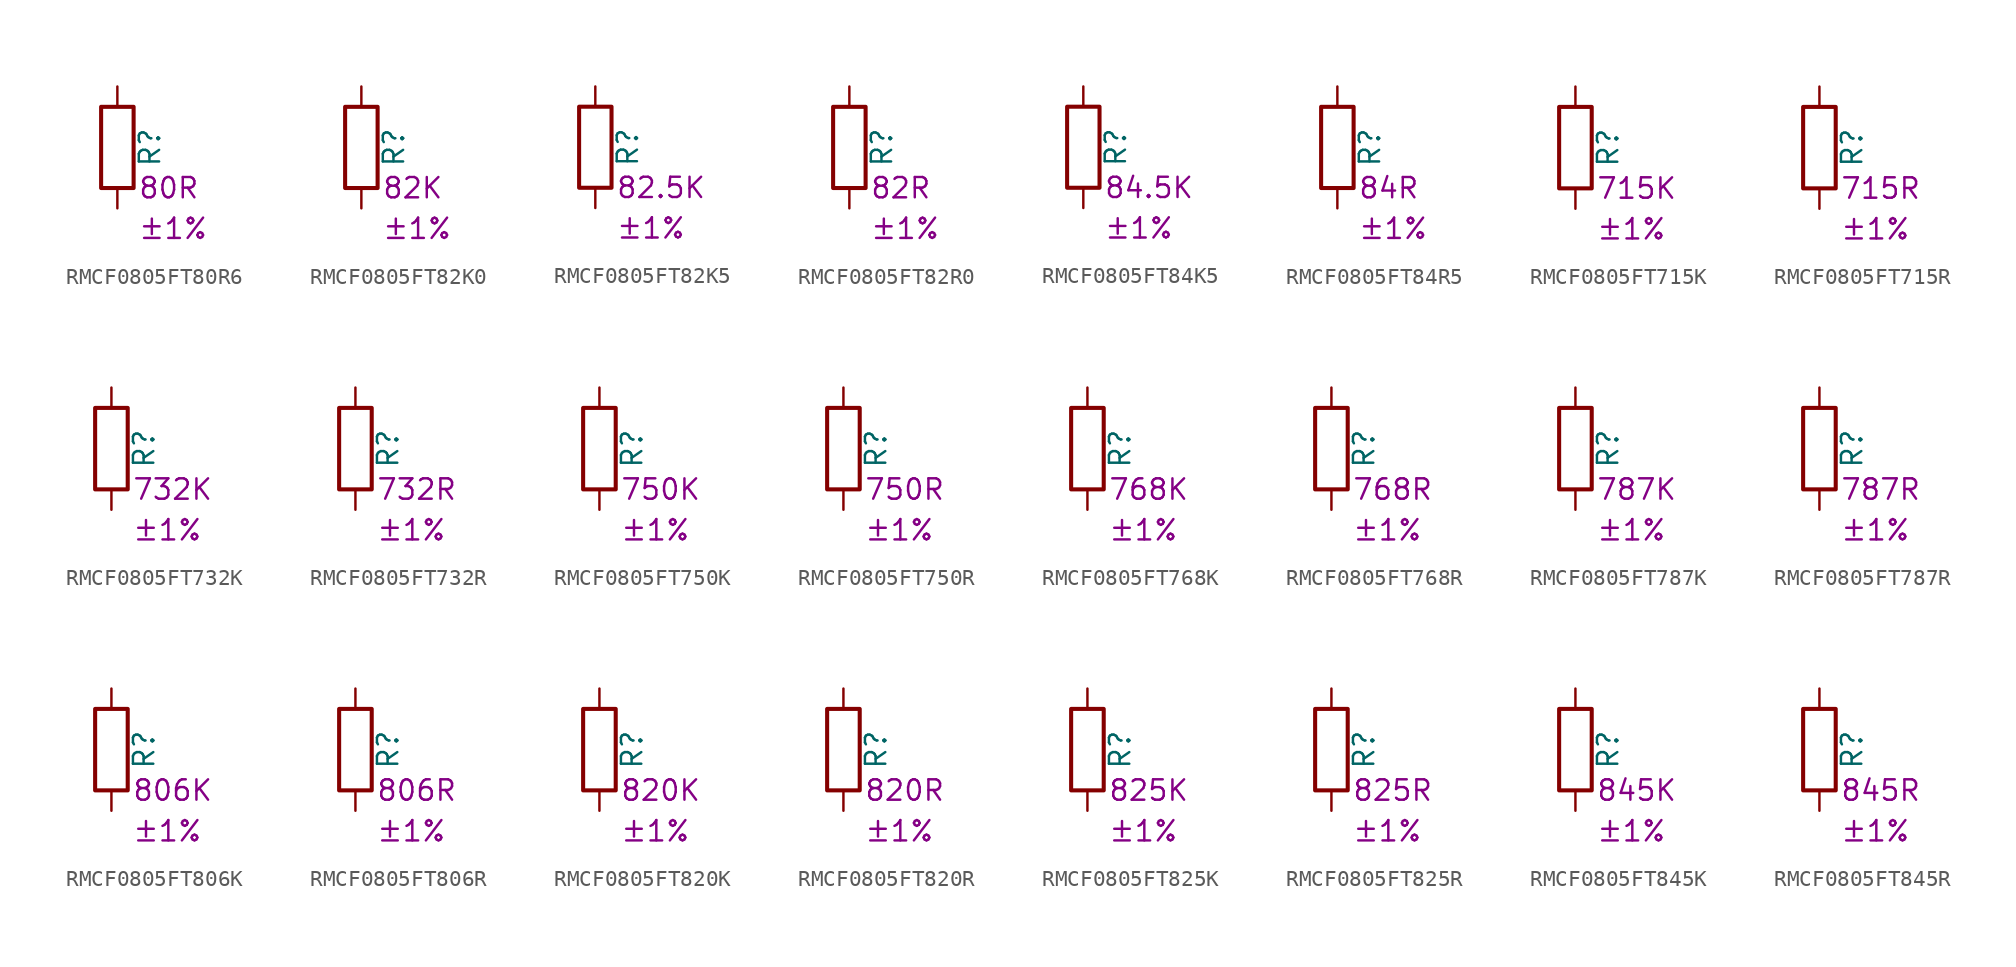
<source format=kicad_sym>
(kicad_symbol_lib
  (version 20220914)
  (generator kicad_symbol_editor)
  (symbol "RMCF0805FT80R6"
    (pin_numbers hide)
    (pin_names
      (offset 0))
    (property "Reference" "R"
      (at 2.032 0 90)
      (effects (font (size 1.27 1.27))))
    (property "Resistance" "80R"
      (at 1.27 -2.54 0)
      (effects (font (size 1.27 1.27)) (justify left)))
    (property "Tolerance" "±1%"
      (at 1.27 -5.08 0)
      (effects (font (size 1.27 1.27)) (justify left)))
    (symbol "RMCF0805FT80R6_0_1"
      (rectangle (start -1.016 -2.54) (end 1.016 2.54) (stroke (width 0.254) (type default)) (fill (type none))))
    (symbol "RMCF0805FT80R6_1_1"
      (pin passive line (at 0 3.81 270) (length 1.27) (name "~" (effects (font (size 1.27 1.27)))) (number "1" (effects (font (size 1.27 1.27)))))
      (pin passive line (at 0 -3.81 90) (length 1.27) (name "~" (effects (font (size 1.27 1.27)))) (number "2" (effects (font (size 1.27 1.27)))))))
  (symbol "RMCF0805FT82K0"
    (pin_numbers hide)
    (pin_names
      (offset 0))
    (property "Reference" "R"
      (at 2.032 0 90)
      (effects (font (size 1.27 1.27))))
    (property "Resistance" "82K"
      (at 1.27 -2.54 0)
      (effects (font (size 1.27 1.27)) (justify left)))
    (property "Tolerance" "±1%"
      (at 1.27 -5.08 0)
      (effects (font (size 1.27 1.27)) (justify left)))
    (symbol "RMCF0805FT82K0_0_1"
      (rectangle (start -1.016 -2.54) (end 1.016 2.54) (stroke (width 0.254) (type default)) (fill (type none))))
    (symbol "RMCF0805FT82K0_1_1"
      (pin passive line (at 0 3.81 270) (length 1.27) (name "~" (effects (font (size 1.27 1.27)))) (number "1" (effects (font (size 1.27 1.27)))))
      (pin passive line (at 0 -3.81 90) (length 1.27) (name "~" (effects (font (size 1.27 1.27)))) (number "2" (effects (font (size 1.27 1.27)))))))
  (symbol "RMCF0805FT82K5"
    (pin_numbers hide)
    (pin_names
      (offset 0))
    (property "Reference" "R"
      (at 2.032 0 90)
      (effects (font (size 1.27 1.27))))
    (property "Resistance" "82.5K"
      (at 1.27 -2.54 0)
      (effects (font (size 1.27 1.27)) (justify left)))
    (property "Tolerance" "±1%"
      (at 1.27 -5.08 0)
      (effects (font (size 1.27 1.27)) (justify left)))
    (symbol "RMCF0805FT82K5_0_1"
      (rectangle (start -1.016 -2.54) (end 1.016 2.54) (stroke (width 0.254) (type default)) (fill (type none))))
    (symbol "RMCF0805FT82K5_1_1"
      (pin passive line (at 0 3.81 270) (length 1.27) (name "~" (effects (font (size 1.27 1.27)))) (number "1" (effects (font (size 1.27 1.27)))))
      (pin passive line (at 0 -3.81 90) (length 1.27) (name "~" (effects (font (size 1.27 1.27)))) (number "2" (effects (font (size 1.27 1.27)))))))
  (symbol "RMCF0805FT82R0"
    (pin_numbers hide)
    (pin_names
      (offset 0))
    (property "Reference" "R"
      (at 2.032 0 90)
      (effects (font (size 1.27 1.27))))
    (property "Resistance" "82R"
      (at 1.27 -2.54 0)
      (effects (font (size 1.27 1.27)) (justify left)))
    (property "Tolerance" "±1%"
      (at 1.27 -5.08 0)
      (effects (font (size 1.27 1.27)) (justify left)))
    (symbol "RMCF0805FT82R0_0_1"
      (rectangle (start -1.016 -2.54) (end 1.016 2.54) (stroke (width 0.254) (type default)) (fill (type none))))
    (symbol "RMCF0805FT82R0_1_1"
      (pin passive line (at 0 3.81 270) (length 1.27) (name "~" (effects (font (size 1.27 1.27)))) (number "1" (effects (font (size 1.27 1.27)))))
      (pin passive line (at 0 -3.81 90) (length 1.27) (name "~" (effects (font (size 1.27 1.27)))) (number "2" (effects (font (size 1.27 1.27)))))))
  (symbol "RMCF0805FT84K5"
    (pin_numbers hide)
    (pin_names
      (offset 0))
    (property "Reference" "R"
      (at 2.032 0 90)
      (effects (font (size 1.27 1.27))))
    (property "Resistance" "84.5K"
      (at 1.27 -2.54 0)
      (effects (font (size 1.27 1.27)) (justify left)))
    (property "Tolerance" "±1%"
      (at 1.27 -5.08 0)
      (effects (font (size 1.27 1.27)) (justify left)))
    (symbol "RMCF0805FT84K5_0_1"
      (rectangle (start -1.016 -2.54) (end 1.016 2.54) (stroke (width 0.254) (type default)) (fill (type none))))
    (symbol "RMCF0805FT84K5_1_1"
      (pin passive line (at 0 3.81 270) (length 1.27) (name "~" (effects (font (size 1.27 1.27)))) (number "1" (effects (font (size 1.27 1.27)))))
      (pin passive line (at 0 -3.81 90) (length 1.27) (name "~" (effects (font (size 1.27 1.27)))) (number "2" (effects (font (size 1.27 1.27)))))))
  (symbol "RMCF0805FT84R5"
    (pin_numbers hide)
    (pin_names
      (offset 0))
    (property "Reference" "R"
      (at 2.032 0 90)
      (effects (font (size 1.27 1.27))))
    (property "Resistance" "84R"
      (at 1.27 -2.54 0)
      (effects (font (size 1.27 1.27)) (justify left)))
    (property "Tolerance" "±1%"
      (at 1.27 -5.08 0)
      (effects (font (size 1.27 1.27)) (justify left)))
    (symbol "RMCF0805FT84R5_0_1"
      (rectangle (start -1.016 -2.54) (end 1.016 2.54) (stroke (width 0.254) (type default)) (fill (type none))))
    (symbol "RMCF0805FT84R5_1_1"
      (pin passive line (at 0 3.81 270) (length 1.27) (name "~" (effects (font (size 1.27 1.27)))) (number "1" (effects (font (size 1.27 1.27)))))
      (pin passive line (at 0 -3.81 90) (length 1.27) (name "~" (effects (font (size 1.27 1.27)))) (number "2" (effects (font (size 1.27 1.27)))))))
  (symbol "RMCF0805FT715K"
    (pin_numbers hide)
    (pin_names
      (offset 0))
    (property "Reference" "R"
      (at 2.032 0 90)
      (effects (font (size 1.27 1.27))))
    (property "Resistance" "715K"
      (at 1.27 -2.54 0)
      (effects (font (size 1.27 1.27)) (justify left)))
    (property "Tolerance" "±1%"
      (at 1.27 -5.08 0)
      (effects (font (size 1.27 1.27)) (justify left)))
    (symbol "RMCF0805FT715K_0_1"
      (rectangle (start -1.016 -2.54) (end 1.016 2.54) (stroke (width 0.254) (type default)) (fill (type none))))
    (symbol "RMCF0805FT715K_1_1"
      (pin passive line (at 0 3.81 270) (length 1.27) (name "~" (effects (font (size 1.27 1.27)))) (number "1" (effects (font (size 1.27 1.27)))))
      (pin passive line (at 0 -3.81 90) (length 1.27) (name "~" (effects (font (size 1.27 1.27)))) (number "2" (effects (font (size 1.27 1.27)))))))
  (symbol "RMCF0805FT715R"
    (pin_numbers hide)
    (pin_names
      (offset 0))
    (property "Reference" "R"
      (at 2.032 0 90)
      (effects (font (size 1.27 1.27))))
    (property "Resistance" "715R"
      (at 1.27 -2.54 0)
      (effects (font (size 1.27 1.27)) (justify left)))
    (property "Tolerance" "±1%"
      (at 1.27 -5.08 0)
      (effects (font (size 1.27 1.27)) (justify left)))
    (symbol "RMCF0805FT715R_0_1"
      (rectangle (start -1.016 -2.54) (end 1.016 2.54) (stroke (width 0.254) (type default)) (fill (type none))))
    (symbol "RMCF0805FT715R_1_1"
      (pin passive line (at 0 3.81 270) (length 1.27) (name "~" (effects (font (size 1.27 1.27)))) (number "1" (effects (font (size 1.27 1.27)))))
      (pin passive line (at 0 -3.81 90) (length 1.27) (name "~" (effects (font (size 1.27 1.27)))) (number "2" (effects (font (size 1.27 1.27)))))))
  (symbol "RMCF0805FT732K"
    (pin_numbers hide)
    (pin_names
      (offset 0))
    (property "Reference" "R"
      (at 2.032 0 90)
      (effects (font (size 1.27 1.27))))
    (property "Resistance" "732K"
      (at 1.27 -2.54 0)
      (effects (font (size 1.27 1.27)) (justify left)))
    (property "Tolerance" "±1%"
      (at 1.27 -5.08 0)
      (effects (font (size 1.27 1.27)) (justify left)))
    (symbol "RMCF0805FT732K_0_1"
      (rectangle (start -1.016 -2.54) (end 1.016 2.54) (stroke (width 0.254) (type default)) (fill (type none))))
    (symbol "RMCF0805FT732K_1_1"
      (pin passive line (at 0 3.81 270) (length 1.27) (name "~" (effects (font (size 1.27 1.27)))) (number "1" (effects (font (size 1.27 1.27)))))
      (pin passive line (at 0 -3.81 90) (length 1.27) (name "~" (effects (font (size 1.27 1.27)))) (number "2" (effects (font (size 1.27 1.27)))))))
  (symbol "RMCF0805FT732R"
    (pin_numbers hide)
    (pin_names
      (offset 0))
    (property "Reference" "R"
      (at 2.032 0 90)
      (effects (font (size 1.27 1.27))))
    (property "Resistance" "732R"
      (at 1.27 -2.54 0)
      (effects (font (size 1.27 1.27)) (justify left)))
    (property "Tolerance" "±1%"
      (at 1.27 -5.08 0)
      (effects (font (size 1.27 1.27)) (justify left)))
    (symbol "RMCF0805FT732R_0_1"
      (rectangle (start -1.016 -2.54) (end 1.016 2.54) (stroke (width 0.254) (type default)) (fill (type none))))
    (symbol "RMCF0805FT732R_1_1"
      (pin passive line (at 0 3.81 270) (length 1.27) (name "~" (effects (font (size 1.27 1.27)))) (number "1" (effects (font (size 1.27 1.27)))))
      (pin passive line (at 0 -3.81 90) (length 1.27) (name "~" (effects (font (size 1.27 1.27)))) (number "2" (effects (font (size 1.27 1.27)))))))
  (symbol "RMCF0805FT750K"
    (pin_numbers hide)
    (pin_names
      (offset 0))
    (property "Reference" "R"
      (at 2.032 0 90)
      (effects (font (size 1.27 1.27))))
    (property "Resistance" "750K"
      (at 1.27 -2.54 0)
      (effects (font (size 1.27 1.27)) (justify left)))
    (property "Tolerance" "±1%"
      (at 1.27 -5.08 0)
      (effects (font (size 1.27 1.27)) (justify left)))
    (symbol "RMCF0805FT750K_0_1"
      (rectangle (start -1.016 -2.54) (end 1.016 2.54) (stroke (width 0.254) (type default)) (fill (type none))))
    (symbol "RMCF0805FT750K_1_1"
      (pin passive line (at 0 3.81 270) (length 1.27) (name "~" (effects (font (size 1.27 1.27)))) (number "1" (effects (font (size 1.27 1.27)))))
      (pin passive line (at 0 -3.81 90) (length 1.27) (name "~" (effects (font (size 1.27 1.27)))) (number "2" (effects (font (size 1.27 1.27)))))))
  (symbol "RMCF0805FT750R"
    (pin_numbers hide)
    (pin_names
      (offset 0))
    (property "Reference" "R"
      (at 2.032 0 90)
      (effects (font (size 1.27 1.27))))
    (property "Resistance" "750R"
      (at 1.27 -2.54 0)
      (effects (font (size 1.27 1.27)) (justify left)))
    (property "Tolerance" "±1%"
      (at 1.27 -5.08 0)
      (effects (font (size 1.27 1.27)) (justify left)))
    (symbol "RMCF0805FT750R_0_1"
      (rectangle (start -1.016 -2.54) (end 1.016 2.54) (stroke (width 0.254) (type default)) (fill (type none))))
    (symbol "RMCF0805FT750R_1_1"
      (pin passive line (at 0 3.81 270) (length 1.27) (name "~" (effects (font (size 1.27 1.27)))) (number "1" (effects (font (size 1.27 1.27)))))
      (pin passive line (at 0 -3.81 90) (length 1.27) (name "~" (effects (font (size 1.27 1.27)))) (number "2" (effects (font (size 1.27 1.27)))))))
  (symbol "RMCF0805FT768K"
    (pin_numbers hide)
    (pin_names
      (offset 0))
    (property "Reference" "R"
      (at 2.032 0 90)
      (effects (font (size 1.27 1.27))))
    (property "Resistance" "768K"
      (at 1.27 -2.54 0)
      (effects (font (size 1.27 1.27)) (justify left)))
    (property "Tolerance" "±1%"
      (at 1.27 -5.08 0)
      (effects (font (size 1.27 1.27)) (justify left)))
    (symbol "RMCF0805FT768K_0_1"
      (rectangle (start -1.016 -2.54) (end 1.016 2.54) (stroke (width 0.254) (type default)) (fill (type none))))
    (symbol "RMCF0805FT768K_1_1"
      (pin passive line (at 0 3.81 270) (length 1.27) (name "~" (effects (font (size 1.27 1.27)))) (number "1" (effects (font (size 1.27 1.27)))))
      (pin passive line (at 0 -3.81 90) (length 1.27) (name "~" (effects (font (size 1.27 1.27)))) (number "2" (effects (font (size 1.27 1.27)))))))
  (symbol "RMCF0805FT768R"
    (pin_numbers hide)
    (pin_names
      (offset 0))
    (property "Reference" "R"
      (at 2.032 0 90)
      (effects (font (size 1.27 1.27))))
    (property "Resistance" "768R"
      (at 1.27 -2.54 0)
      (effects (font (size 1.27 1.27)) (justify left)))
    (property "Tolerance" "±1%"
      (at 1.27 -5.08 0)
      (effects (font (size 1.27 1.27)) (justify left)))
    (symbol "RMCF0805FT768R_0_1"
      (rectangle (start -1.016 -2.54) (end 1.016 2.54) (stroke (width 0.254) (type default)) (fill (type none))))
    (symbol "RMCF0805FT768R_1_1"
      (pin passive line (at 0 3.81 270) (length 1.27) (name "~" (effects (font (size 1.27 1.27)))) (number "1" (effects (font (size 1.27 1.27)))))
      (pin passive line (at 0 -3.81 90) (length 1.27) (name "~" (effects (font (size 1.27 1.27)))) (number "2" (effects (font (size 1.27 1.27)))))))
  (symbol "RMCF0805FT787K"
    (pin_numbers hide)
    (pin_names
      (offset 0))
    (property "Reference" "R"
      (at 2.032 0 90)
      (effects (font (size 1.27 1.27))))
    (property "Resistance" "787K"
      (at 1.27 -2.54 0)
      (effects (font (size 1.27 1.27)) (justify left)))
    (property "Tolerance" "±1%"
      (at 1.27 -5.08 0)
      (effects (font (size 1.27 1.27)) (justify left)))
    (symbol "RMCF0805FT787K_0_1"
      (rectangle (start -1.016 -2.54) (end 1.016 2.54) (stroke (width 0.254) (type default)) (fill (type none))))
    (symbol "RMCF0805FT787K_1_1"
      (pin passive line (at 0 3.81 270) (length 1.27) (name "~" (effects (font (size 1.27 1.27)))) (number "1" (effects (font (size 1.27 1.27)))))
      (pin passive line (at 0 -3.81 90) (length 1.27) (name "~" (effects (font (size 1.27 1.27)))) (number "2" (effects (font (size 1.27 1.27)))))))
  (symbol "RMCF0805FT787R"
    (pin_numbers hide)
    (pin_names
      (offset 0))
    (property "Reference" "R"
      (at 2.032 0 90)
      (effects (font (size 1.27 1.27))))
    (property "Resistance" "787R"
      (at 1.27 -2.54 0)
      (effects (font (size 1.27 1.27)) (justify left)))
    (property "Tolerance" "±1%"
      (at 1.27 -5.08 0)
      (effects (font (size 1.27 1.27)) (justify left)))
    (symbol "RMCF0805FT787R_0_1"
      (rectangle (start -1.016 -2.54) (end 1.016 2.54) (stroke (width 0.254) (type default)) (fill (type none))))
    (symbol "RMCF0805FT787R_1_1"
      (pin passive line (at 0 3.81 270) (length 1.27) (name "~" (effects (font (size 1.27 1.27)))) (number "1" (effects (font (size 1.27 1.27)))))
      (pin passive line (at 0 -3.81 90) (length 1.27) (name "~" (effects (font (size 1.27 1.27)))) (number "2" (effects (font (size 1.27 1.27)))))))
  (symbol "RMCF0805FT806K"
    (pin_numbers hide)
    (pin_names
      (offset 0))
    (property "Reference" "R"
      (at 2.032 0 90)
      (effects (font (size 1.27 1.27))))
    (property "Resistance" "806K"
      (at 1.27 -2.54 0)
      (effects (font (size 1.27 1.27)) (justify left)))
    (property "Tolerance" "±1%"
      (at 1.27 -5.08 0)
      (effects (font (size 1.27 1.27)) (justify left)))
    (symbol "RMCF0805FT806K_0_1"
      (rectangle (start -1.016 -2.54) (end 1.016 2.54) (stroke (width 0.254) (type default)) (fill (type none))))
    (symbol "RMCF0805FT806K_1_1"
      (pin passive line (at 0 3.81 270) (length 1.27) (name "~" (effects (font (size 1.27 1.27)))) (number "1" (effects (font (size 1.27 1.27)))))
      (pin passive line (at 0 -3.81 90) (length 1.27) (name "~" (effects (font (size 1.27 1.27)))) (number "2" (effects (font (size 1.27 1.27)))))))
  (symbol "RMCF0805FT806R"
    (pin_numbers hide)
    (pin_names
      (offset 0))
    (property "Reference" "R"
      (at 2.032 0 90)
      (effects (font (size 1.27 1.27))))
    (property "Resistance" "806R"
      (at 1.27 -2.54 0)
      (effects (font (size 1.27 1.27)) (justify left)))
    (property "Tolerance" "±1%"
      (at 1.27 -5.08 0)
      (effects (font (size 1.27 1.27)) (justify left)))
    (symbol "RMCF0805FT806R_0_1"
      (rectangle (start -1.016 -2.54) (end 1.016 2.54) (stroke (width 0.254) (type default)) (fill (type none))))
    (symbol "RMCF0805FT806R_1_1"
      (pin passive line (at 0 3.81 270) (length 1.27) (name "~" (effects (font (size 1.27 1.27)))) (number "1" (effects (font (size 1.27 1.27)))))
      (pin passive line (at 0 -3.81 90) (length 1.27) (name "~" (effects (font (size 1.27 1.27)))) (number "2" (effects (font (size 1.27 1.27)))))))
  (symbol "RMCF0805FT820K"
    (pin_numbers hide)
    (pin_names
      (offset 0))
    (property "Reference" "R"
      (at 2.032 0 90)
      (effects (font (size 1.27 1.27))))
    (property "Resistance" "820K"
      (at 1.27 -2.54 0)
      (effects (font (size 1.27 1.27)) (justify left)))
    (property "Tolerance" "±1%"
      (at 1.27 -5.08 0)
      (effects (font (size 1.27 1.27)) (justify left)))
    (symbol "RMCF0805FT820K_0_1"
      (rectangle (start -1.016 -2.54) (end 1.016 2.54) (stroke (width 0.254) (type default)) (fill (type none))))
    (symbol "RMCF0805FT820K_1_1"
      (pin passive line (at 0 3.81 270) (length 1.27) (name "~" (effects (font (size 1.27 1.27)))) (number "1" (effects (font (size 1.27 1.27)))))
      (pin passive line (at 0 -3.81 90) (length 1.27) (name "~" (effects (font (size 1.27 1.27)))) (number "2" (effects (font (size 1.27 1.27)))))))
  (symbol "RMCF0805FT820R"
    (pin_numbers hide)
    (pin_names
      (offset 0))
    (property "Reference" "R"
      (at 2.032 0 90)
      (effects (font (size 1.27 1.27))))
    (property "Resistance" "820R"
      (at 1.27 -2.54 0)
      (effects (font (size 1.27 1.27)) (justify left)))
    (property "Tolerance" "±1%"
      (at 1.27 -5.08 0)
      (effects (font (size 1.27 1.27)) (justify left)))
    (symbol "RMCF0805FT820R_0_1"
      (rectangle (start -1.016 -2.54) (end 1.016 2.54) (stroke (width 0.254) (type default)) (fill (type none))))
    (symbol "RMCF0805FT820R_1_1"
      (pin passive line (at 0 3.81 270) (length 1.27) (name "~" (effects (font (size 1.27 1.27)))) (number "1" (effects (font (size 1.27 1.27)))))
      (pin passive line (at 0 -3.81 90) (length 1.27) (name "~" (effects (font (size 1.27 1.27)))) (number "2" (effects (font (size 1.27 1.27)))))))
  (symbol "RMCF0805FT825K"
    (pin_numbers hide)
    (pin_names
      (offset 0))
    (property "Reference" "R"
      (at 2.032 0 90)
      (effects (font (size 1.27 1.27))))
    (property "Resistance" "825K"
      (at 1.27 -2.54 0)
      (effects (font (size 1.27 1.27)) (justify left)))
    (property "Tolerance" "±1%"
      (at 1.27 -5.08 0)
      (effects (font (size 1.27 1.27)) (justify left)))
    (symbol "RMCF0805FT825K_0_1"
      (rectangle (start -1.016 -2.54) (end 1.016 2.54) (stroke (width 0.254) (type default)) (fill (type none))))
    (symbol "RMCF0805FT825K_1_1"
      (pin passive line (at 0 3.81 270) (length 1.27) (name "~" (effects (font (size 1.27 1.27)))) (number "1" (effects (font (size 1.27 1.27)))))
      (pin passive line (at 0 -3.81 90) (length 1.27) (name "~" (effects (font (size 1.27 1.27)))) (number "2" (effects (font (size 1.27 1.27)))))))
  (symbol "RMCF0805FT825R"
    (pin_numbers hide)
    (pin_names
      (offset 0))
    (property "Reference" "R"
      (at 2.032 0 90)
      (effects (font (size 1.27 1.27))))
    (property "Resistance" "825R"
      (at 1.27 -2.54 0)
      (effects (font (size 1.27 1.27)) (justify left)))
    (property "Tolerance" "±1%"
      (at 1.27 -5.08 0)
      (effects (font (size 1.27 1.27)) (justify left)))
    (symbol "RMCF0805FT825R_0_1"
      (rectangle (start -1.016 -2.54) (end 1.016 2.54) (stroke (width 0.254) (type default)) (fill (type none))))
    (symbol "RMCF0805FT825R_1_1"
      (pin passive line (at 0 3.81 270) (length 1.27) (name "~" (effects (font (size 1.27 1.27)))) (number "1" (effects (font (size 1.27 1.27)))))
      (pin passive line (at 0 -3.81 90) (length 1.27) (name "~" (effects (font (size 1.27 1.27)))) (number "2" (effects (font (size 1.27 1.27)))))))
  (symbol "RMCF0805FT845K"
    (pin_numbers hide)
    (pin_names
      (offset 0))
    (property "Reference" "R"
      (at 2.032 0 90)
      (effects (font (size 1.27 1.27))))
    (property "Resistance" "845K"
      (at 1.27 -2.54 0)
      (effects (font (size 1.27 1.27)) (justify left)))
    (property "Tolerance" "±1%"
      (at 1.27 -5.08 0)
      (effects (font (size 1.27 1.27)) (justify left)))
    (symbol "RMCF0805FT845K_0_1"
      (rectangle (start -1.016 -2.54) (end 1.016 2.54) (stroke (width 0.254) (type default)) (fill (type none))))
    (symbol "RMCF0805FT845K_1_1"
      (pin passive line (at 0 3.81 270) (length 1.27) (name "~" (effects (font (size 1.27 1.27)))) (number "1" (effects (font (size 1.27 1.27)))))
      (pin passive line (at 0 -3.81 90) (length 1.27) (name "~" (effects (font (size 1.27 1.27)))) (number "2" (effects (font (size 1.27 1.27)))))))
  (symbol "RMCF0805FT845R"
    (pin_numbers hide)
    (pin_names
      (offset 0))
    (property "Reference" "R"
      (at 2.032 0 90)
      (effects (font (size 1.27 1.27))))
    (property "Resistance" "845R"
      (at 1.27 -2.54 0)
      (effects (font (size 1.27 1.27)) (justify left)))
    (property "Tolerance" "±1%"
      (at 1.27 -5.08 0)
      (effects (font (size 1.27 1.27)) (justify left)))
    (symbol "RMCF0805FT845R_0_1"
      (rectangle (start -1.016 -2.54) (end 1.016 2.54) (stroke (width 0.254) (type default)) (fill (type none))))
    (symbol "RMCF0805FT845R_1_1"
      (pin passive line (at 0 3.81 270) (length 1.27) (name "~" (effects (font (size 1.27 1.27)))) (number "1" (effects (font (size 1.27 1.27)))))
      (pin passive line (at 0 -3.81 90) (length 1.27) (name "~" (effects (font (size 1.27 1.27)))) (number "2" (effects (font (size 1.27 1.27))))))))
</source>
